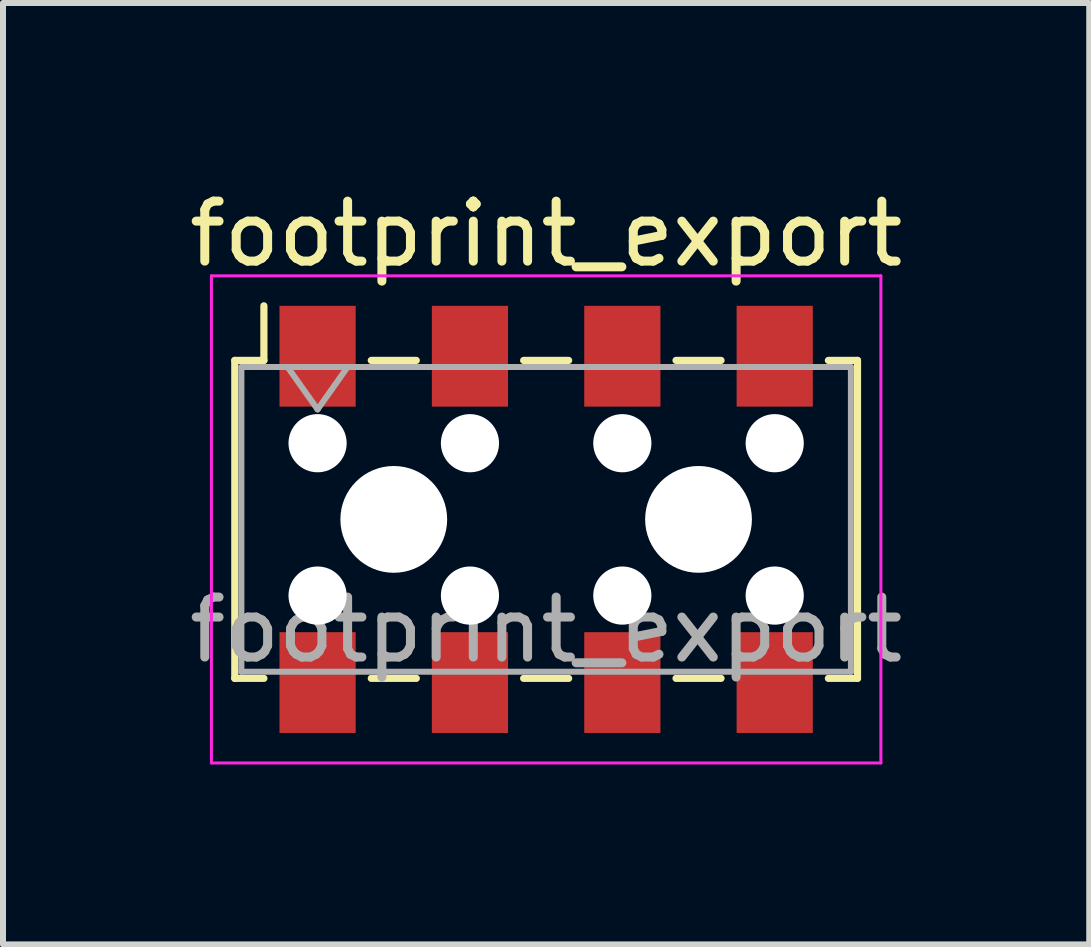
<source format=kicad_pcb>
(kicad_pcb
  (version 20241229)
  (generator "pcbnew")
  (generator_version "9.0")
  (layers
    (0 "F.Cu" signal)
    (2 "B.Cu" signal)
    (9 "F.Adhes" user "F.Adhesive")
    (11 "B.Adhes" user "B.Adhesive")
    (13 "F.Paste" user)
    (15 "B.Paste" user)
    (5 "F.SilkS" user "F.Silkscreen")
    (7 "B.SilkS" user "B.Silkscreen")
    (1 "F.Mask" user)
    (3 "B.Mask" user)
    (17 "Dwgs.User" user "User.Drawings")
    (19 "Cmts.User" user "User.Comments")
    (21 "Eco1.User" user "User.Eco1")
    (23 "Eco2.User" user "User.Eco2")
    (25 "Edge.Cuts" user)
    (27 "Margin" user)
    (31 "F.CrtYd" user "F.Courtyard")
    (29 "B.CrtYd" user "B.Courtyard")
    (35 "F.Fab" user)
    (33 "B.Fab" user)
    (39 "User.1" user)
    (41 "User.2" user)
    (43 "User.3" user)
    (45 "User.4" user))
  (footprint "footprint_export"
    (layer "F.Cu")
    (at 6.054 5.608)
    (property "Reference" "footprint_export" (at 0 -4.76 0) (layer "F.SilkS") (effects (font (size 1 1) (thickness 0.15))))
    (attr smd)
    (fp_line (start -5.19 -2.65) (end -5.19 2.65) (stroke (width 0.12) (type solid)) (layer "F.SilkS"))
    (fp_line (start -5.19 2.65) (end -4.705 2.65) (stroke (width 0.12) (type solid)) (layer "F.SilkS"))
    (fp_line (start -4.705 -3.56) (end -4.705 -2.65) (stroke (width 0.12) (type solid)) (layer "F.SilkS"))
    (fp_line (start -4.705 -2.65) (end -5.19 -2.65) (stroke (width 0.12) (type solid)) (layer "F.SilkS"))
    (fp_line (start -2.915 -2.65) (end -2.165 -2.65) (stroke (width 0.12) (type solid)) (layer "F.SilkS"))
    (fp_line (start -2.915 2.65) (end -2.165 2.65) (stroke (width 0.12) (type solid)) (layer "F.SilkS"))
    (fp_line (start -0.375 -2.65) (end 0.375 -2.65) (stroke (width 0.12) (type solid)) (layer "F.SilkS"))
    (fp_line (start -0.375 2.65) (end 0.375 2.65) (stroke (width 0.12) (type solid)) (layer "F.SilkS"))
    (fp_line (start 2.165 -2.65) (end 2.915 -2.65) (stroke (width 0.12) (type solid)) (layer "F.SilkS"))
    (fp_line (start 2.165 2.65) (end 2.915 2.65) (stroke (width 0.12) (type solid)) (layer "F.SilkS"))
    (fp_line (start 4.705 -2.65) (end 5.19 -2.65) (stroke (width 0.12) (type solid)) (layer "F.SilkS"))
    (fp_line (start 5.19 -2.65) (end 5.19 2.65) (stroke (width 0.12) (type solid)) (layer "F.SilkS"))
    (fp_line (start 5.19 2.65) (end 4.705 2.65) (stroke (width 0.12) (type solid)) (layer "F.SilkS"))
    (fp_line (start -5.58 -4.06) (end 5.58 -4.06) (stroke (width 0.05) (type solid)) (layer "F.CrtYd"))
    (fp_line (start -5.58 4.06) (end -5.58 -4.06) (stroke (width 0.05) (type solid)) (layer "F.CrtYd"))
    (fp_line (start 5.58 -4.06) (end 5.58 4.06) (stroke (width 0.05) (type solid)) (layer "F.CrtYd"))
    (fp_line (start 5.58 4.06) (end -5.58 4.06) (stroke (width 0.05) (type solid)) (layer "F.CrtYd"))
    (fp_line (start -5.08 -2.54) (end 5.08 -2.54) (stroke (width 0.1) (type solid)) (layer "F.Fab"))
    (fp_line (start -5.08 2.54) (end -5.08 -2.54) (stroke (width 0.1) (type solid)) (layer "F.Fab"))
    (fp_line (start -4.31 -2.54) (end -3.81 -1.833) (stroke (width 0.1) (type solid)) (layer "F.Fab"))
    (fp_line (start -3.81 -1.833) (end -3.31 -2.54) (stroke (width 0.1) (type solid)) (layer "F.Fab"))
    (fp_line (start 5.08 -2.54) (end 5.08 2.54) (stroke (width 0.1) (type solid)) (layer "F.Fab"))
    (fp_line (start 5.08 2.54) (end -5.08 2.54) (stroke (width 0.1) (type solid)) (layer "F.Fab"))
    (fp_text user "${REFERENCE}" (at 0 1.84 0) (layer "F.Fab") (effects (font (size 1 1) (thickness 0.15))))
    (pad "" np_thru_hole circle (at -3.81 -1.27) (size 0.97 0.97) (drill 0.97) (layers "*.Cu" "*.Mask"))
    (pad "" np_thru_hole circle (at -3.81 1.27) (size 0.97 0.97) (drill 0.97) (layers "*.Cu" "*.Mask"))
    (pad "" np_thru_hole circle (at -2.54 0) (size 1.78 1.78) (drill 1.78) (layers "*.Cu" "*.Mask"))
    (pad "" np_thru_hole circle (at -1.27 -1.27) (size 0.97 0.97) (drill 0.97) (layers "*.Cu" "*.Mask"))
    (pad "" np_thru_hole circle (at -1.27 1.27) (size 0.97 0.97) (drill 0.97) (layers "*.Cu" "*.Mask"))
    (pad "" np_thru_hole circle (at 1.27 -1.27) (size 0.97 0.97) (drill 0.97) (layers "*.Cu" "*.Mask"))
    (pad "" np_thru_hole circle (at 1.27 1.27) (size 0.97 0.97) (drill 0.97) (layers "*.Cu" "*.Mask"))
    (pad "" np_thru_hole circle (at 2.54 0) (size 1.78 1.78) (drill 1.78) (layers "*.Cu" "*.Mask"))
    (pad "" np_thru_hole circle (at 3.81 -1.27) (size 0.97 0.97) (drill 0.97) (layers "*.Cu" "*.Mask"))
    (pad "" np_thru_hole circle (at 3.81 1.27) (size 0.97 0.97) (drill 0.97) (layers "*.Cu" "*.Mask"))
    (pad "1" smd rect (at -3.81 -2.72) (size 1.27 1.68) (layers "F.Cu" "F.Mask" "F.Paste"))
    (pad "2" smd rect (at -3.81 2.72) (size 1.27 1.68) (layers "F.Cu" "F.Mask" "F.Paste"))
    (pad "3" smd rect (at -1.27 -2.72) (size 1.27 1.68) (layers "F.Cu" "F.Mask" "F.Paste"))
    (pad "4" smd rect (at -1.27 2.72) (size 1.27 1.68) (layers "F.Cu" "F.Mask" "F.Paste"))
    (pad "5" smd rect (at 1.27 -2.72) (size 1.27 1.68) (layers "F.Cu" "F.Mask" "F.Paste"))
    (pad "6" smd rect (at 1.27 2.72) (size 1.27 1.68) (layers "F.Cu" "F.Mask" "F.Paste"))
    (pad "7" smd rect (at 3.81 -2.72) (size 1.27 1.68) (layers "F.Cu" "F.Mask" "F.Paste"))
    (pad "8" smd rect (at 3.81 2.72) (size 1.27 1.68) (layers "F.Cu" "F.Mask" "F.Paste")))
  (gr_rect
    (start -3 -3)
    (end 15.107 12.693)
    (stroke (width 0.1) (type default))
    (fill no)
    (layer "Edge.Cuts")))
</source>
